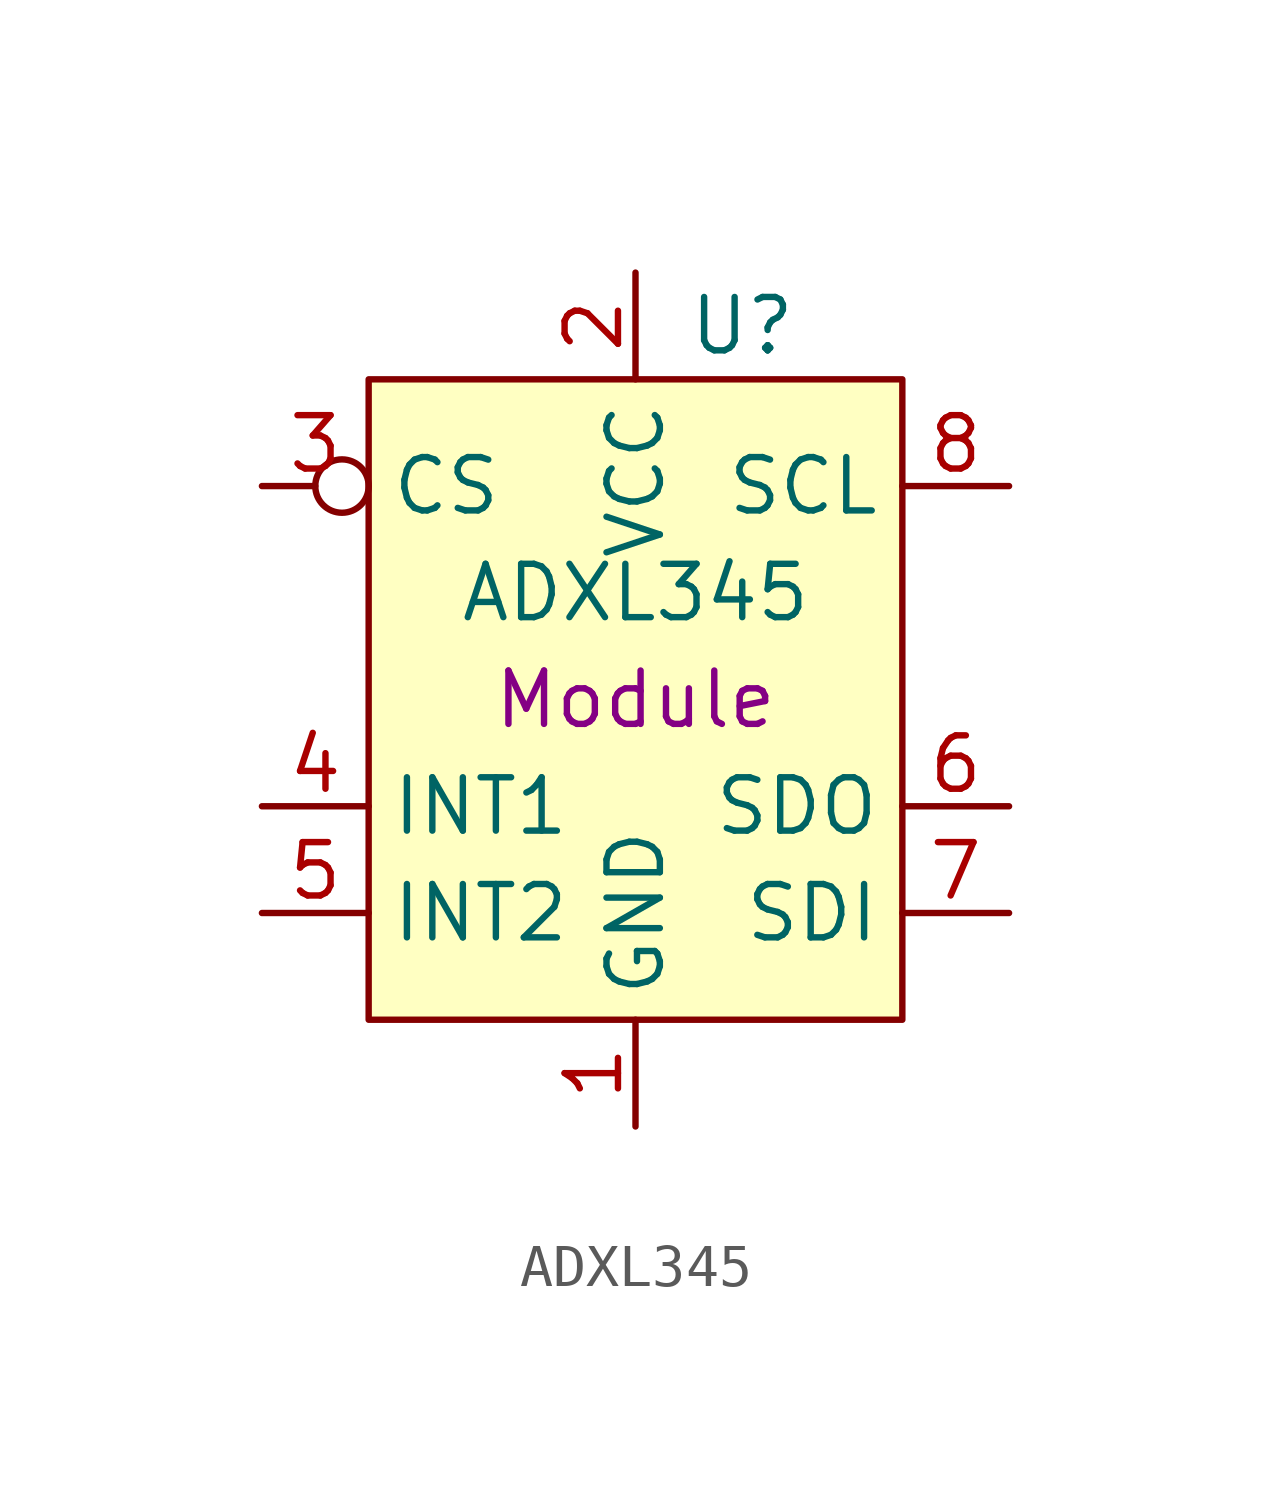
<source format=kicad_sym>
(kicad_symbol_lib
  (version 20220914)
  (generator kicad_symbol_editor)
  (symbol "ADXL345"
    (property "Reference" "U"
      (at 5.08 7.62 0)
      (effects (font (size 1.27 1.27))))
    (property "Value" "ADXL345"
      (at 2.54 1.27 0)
      (effects (font (size 1.27 1.27))))
    (property "Field4" "Module"
      (at 2.54 -1.27 0)
      (effects (font (size 1.27 1.27))))
    (symbol "ADXL345_0_1"
      (rectangle (start -3.81 6.35) (end 8.89 -8.89) (stroke (width 0) (type default)) (fill (type background))))
    (symbol "ADXL345_1_1"
      (pin power_in line (at 2.54 -11.43 90) (length 2.54) (name "GND" (effects (font (size 1.27 1.27)))) (number "1" (effects (font (size 1.27 1.27)))))
      (pin power_in line (at 2.54 8.89 270) (length 2.54) (name "VCC" (effects (font (size 1.27 1.27)))) (number "2" (effects (font (size 1.27 1.27)))))
      (pin input inverted (at -6.35 3.81 0) (length 2.54) (name "CS" (effects (font (size 1.27 1.27)))) (number "3" (effects (font (size 1.27 1.27)))))
      (pin output line (at -6.35 -3.81 0) (length 2.54) (name "INT1" (effects (font (size 1.27 1.27)))) (number "4" (effects (font (size 1.27 1.27)))))
      (pin output line (at -6.35 -6.35 0) (length 2.54) (name "INT2" (effects (font (size 1.27 1.27)))) (number "5" (effects (font (size 1.27 1.27)))))
      (pin output line (at 11.43 -3.81 180) (length 2.54) (name "SDO" (effects (font (size 1.27 1.27)))) (number "6" (effects (font (size 1.27 1.27)))))
      (pin input line (at 11.43 -6.35 180) (length 2.54) (name "SDI" (effects (font (size 1.27 1.27)))) (number "7" (effects (font (size 1.27 1.27)))))
      (pin output line (at 11.43 3.81 180) (length 2.54) (name "SCL" (effects (font (size 1.27 1.27)))) (number "8" (effects (font (size 1.27 1.27))))))))
</source>
